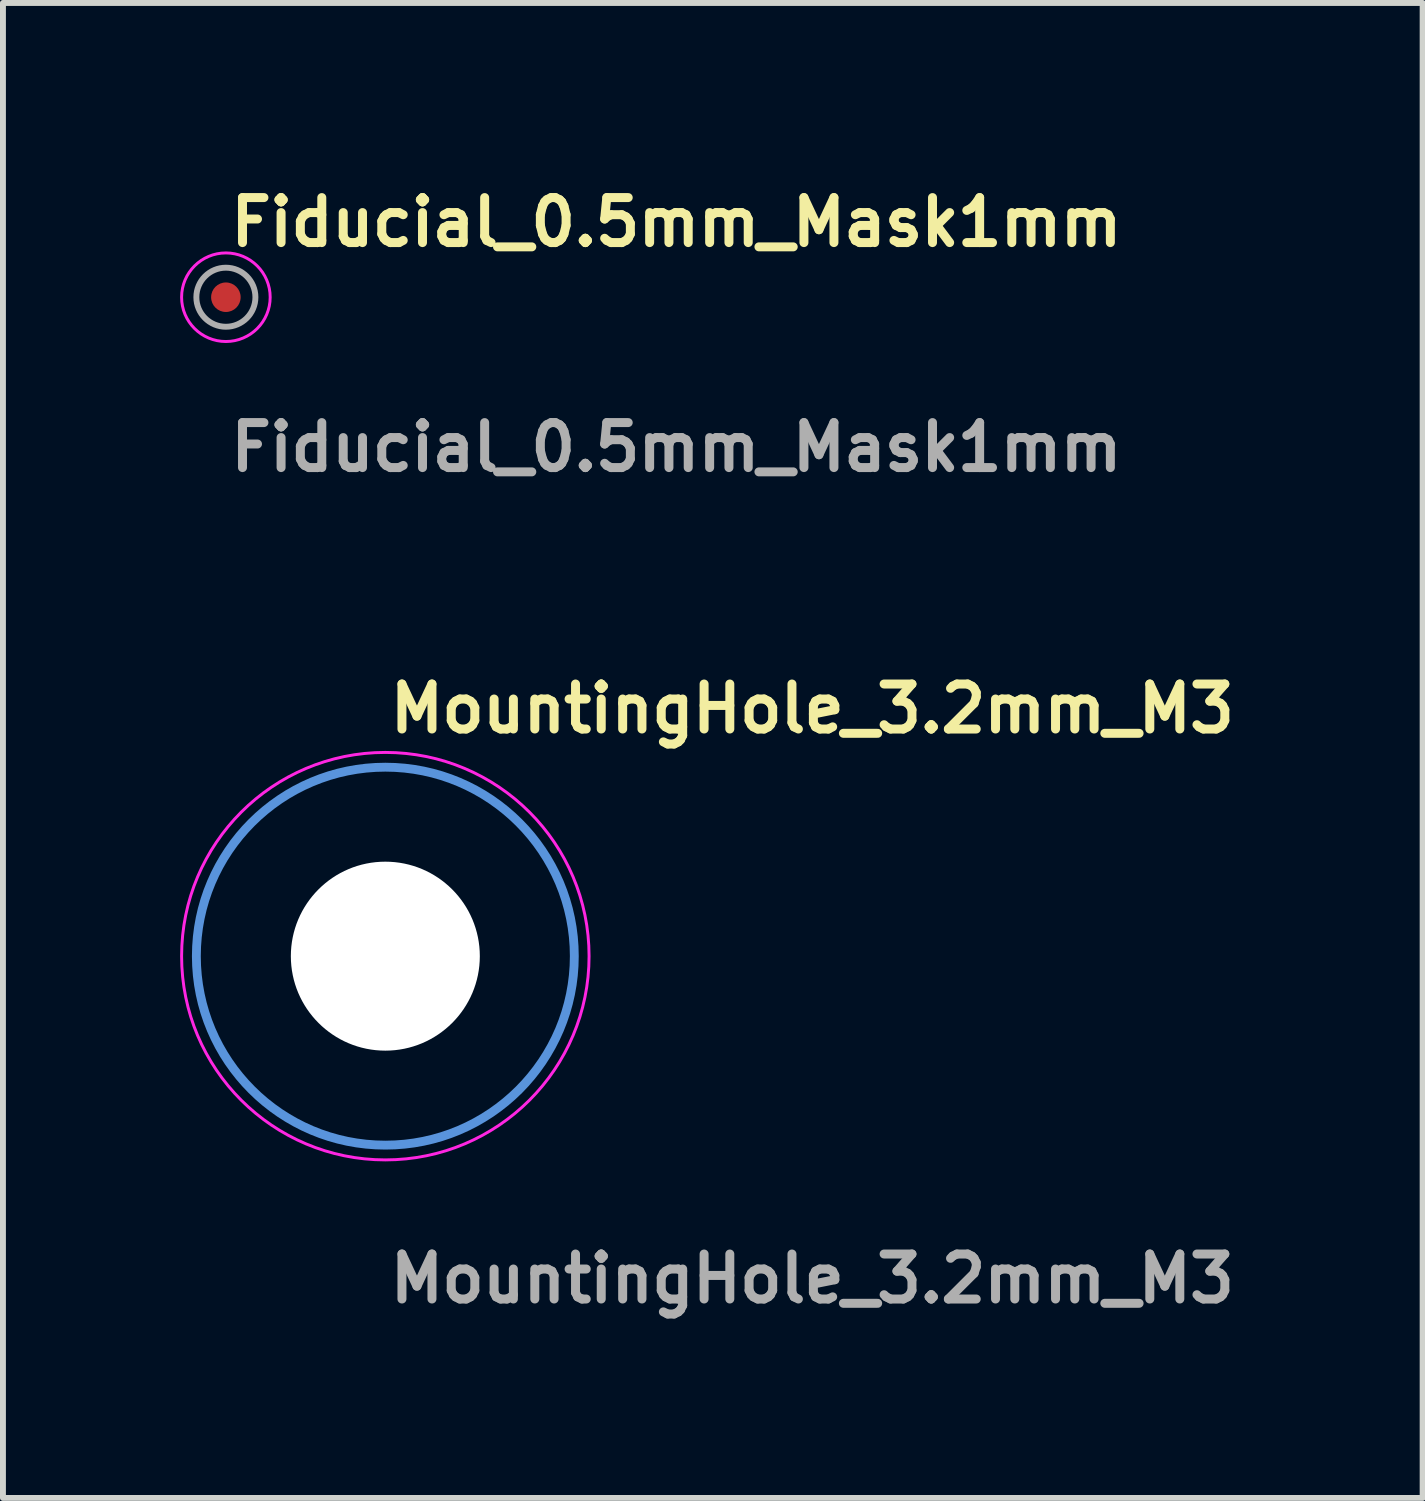
<source format=kicad_pcb>
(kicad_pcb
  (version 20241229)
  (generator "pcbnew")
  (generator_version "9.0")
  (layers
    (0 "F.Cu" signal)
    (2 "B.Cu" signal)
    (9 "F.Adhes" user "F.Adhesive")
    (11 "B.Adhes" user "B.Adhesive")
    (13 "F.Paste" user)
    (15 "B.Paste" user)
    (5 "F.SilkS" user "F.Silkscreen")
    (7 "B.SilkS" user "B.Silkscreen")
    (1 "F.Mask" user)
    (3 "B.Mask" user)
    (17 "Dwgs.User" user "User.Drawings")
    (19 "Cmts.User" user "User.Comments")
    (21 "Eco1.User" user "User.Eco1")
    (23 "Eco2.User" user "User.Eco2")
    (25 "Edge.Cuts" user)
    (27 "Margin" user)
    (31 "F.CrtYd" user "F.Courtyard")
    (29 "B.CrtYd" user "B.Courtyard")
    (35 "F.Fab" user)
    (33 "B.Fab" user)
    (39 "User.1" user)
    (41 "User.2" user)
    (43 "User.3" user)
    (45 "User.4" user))
  (footprint "Fiducial_0.5mm_Mask1mm"
    (layer "F.Cu")
    (at 0.775 1.983)
    (property "Reference" "Fiducial_0.5mm_Mask1mm" (at 0 -1.27 0) (layer "F.SilkS") (effects (font (size 0.762 0.762) (thickness 0.152) (bold yes)) (justify left)))
    (attr smd)
    (fp_circle (center 0 0) (end 0.75 0) (stroke (width 0.05) (type solid)) (fill no) (layer "F.CrtYd"))
    (fp_circle (center 0 0) (end 0.5 0) (stroke (width 0.1) (type solid)) (fill no) (layer "F.Fab"))
    (fp_text user "${REFERENCE}" (at 0 2.54 0) (layer "F.Fab") (effects (font (size 0.762 0.762) (thickness 0.152) (bold yes)) (justify left)))
    (pad "" smd circle (at 0 0) (size 0.5 0.5) (layers "F.Cu" "F.Mask")))
  (footprint "MountingHole_3.2mm_M3"
    (layer "F.Cu")
    (at 3.475 13.141)
    (property "Reference" "MountingHole_3.2mm_M3" (at 0 -4.191 0) (layer "F.SilkS") (effects (font (size 0.762 0.762) (thickness 0.152) (bold yes)) (justify left)))
    (attr exclude_from_pos_files exclude_from_bom)
    (fp_circle (center 0 0) (end 3.2 0) (stroke (width 0.15) (type solid)) (fill no) (layer "Cmts.User"))
    (fp_circle (center 0 0) (end 3.45 0) (stroke (width 0.05) (type solid)) (fill no) (layer "F.CrtYd"))
    (fp_text user "${REFERENCE}" (at 0 5.461 0) (layer "F.Fab") (effects (font (size 0.762 0.762) (thickness 0.152) (bold yes)) (justify left)))
    (pad "" np_thru_hole circle (at 0 0) (size 3.2 3.2) (drill 3.2) (layers "*.Cu" "*.Mask")))
  (gr_rect
    (start -3 -3)
    (end 21.04 22.315)
    (stroke (width 0.1) (type default))
    (fill no)
    (layer "Edge.Cuts")))
</source>
